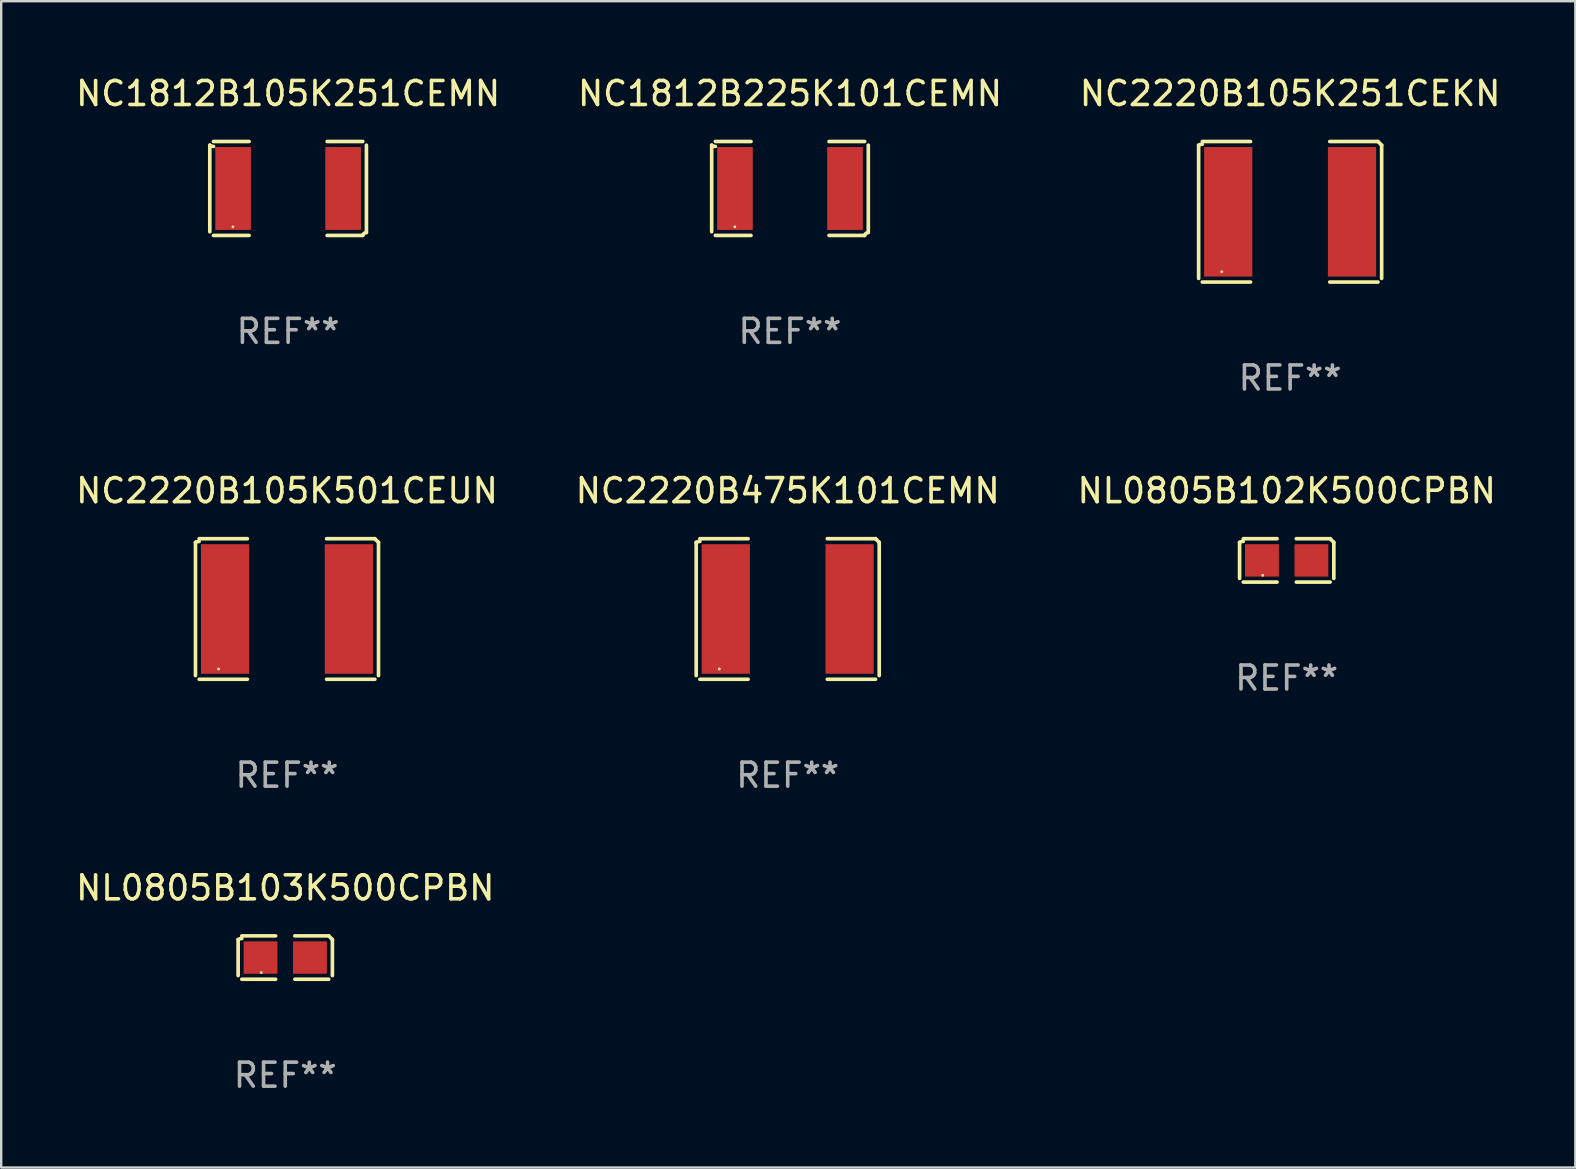
<source format=kicad_pcb>
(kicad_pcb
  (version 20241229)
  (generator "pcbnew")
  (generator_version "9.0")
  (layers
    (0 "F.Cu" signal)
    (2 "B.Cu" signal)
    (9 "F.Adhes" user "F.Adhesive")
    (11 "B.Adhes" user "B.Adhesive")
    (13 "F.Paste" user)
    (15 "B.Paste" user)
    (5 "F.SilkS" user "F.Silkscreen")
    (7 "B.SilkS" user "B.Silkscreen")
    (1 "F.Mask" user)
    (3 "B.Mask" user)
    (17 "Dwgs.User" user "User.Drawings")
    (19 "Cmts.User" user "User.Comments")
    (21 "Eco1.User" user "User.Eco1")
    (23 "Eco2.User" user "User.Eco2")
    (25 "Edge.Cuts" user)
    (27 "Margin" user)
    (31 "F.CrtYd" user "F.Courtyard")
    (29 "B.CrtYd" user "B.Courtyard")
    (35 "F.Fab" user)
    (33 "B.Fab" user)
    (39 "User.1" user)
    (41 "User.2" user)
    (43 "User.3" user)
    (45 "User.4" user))
  (footprint "NL0805B102K500CPBN"
    (layer "F.Cu")
    (at 50.577 20.306)
    (property "Reference" "NL0805B102K500CPBN" (at 0 -2.904 0) (layer "F.SilkS") (effects (font (size 1 1) (thickness 0.15))))
    (attr through_hole)
    (fp_line (start -1.964 0.751) (end -1.964 -0.751) (stroke (width 0.152) (type solid)) (layer "F.SilkS"))
    (fp_line (start -1.811 -0.904) (end -0.401 -0.904) (stroke (width 0.152) (type solid)) (layer "F.SilkS"))
    (fp_line (start -0.401 0.904) (end -1.811 0.904) (stroke (width 0.152) (type solid)) (layer "F.SilkS"))
    (fp_line (start 0.401 0.904) (end 1.811 0.904) (stroke (width 0.152) (type solid)) (layer "F.SilkS"))
    (fp_line (start 1.811 -0.904) (end 0.401 -0.904) (stroke (width 0.152) (type solid)) (layer "F.SilkS"))
    (fp_line (start 1.964 0.751) (end 1.964 -0.751) (stroke (width 0.152) (type solid)) (layer "F.SilkS"))
    (fp_arc (start -1.963602 -0.751207) (mid -1.890354 -0.783131) (end -1.811201 -0.794044) (stroke (width 0.1524) (type solid)) (layer "F.SilkS"))
    (fp_arc (start 1.811202 -0.903607) (mid 1.887413 -0.827418) (end 1.963602 -0.751207) (stroke (width 0.1524) (type solid)) (layer "F.SilkS"))
    (fp_circle (center -1 0.625) (end -0.97 0.625) (stroke (width 0.06) (type solid)) (fill no) (layer "F.SilkS"))
    (fp_text user "REF**" (at 0 4.904 0) (layer "F.Fab") (effects (font (size 1 1) (thickness 0.15))))
    (pad "1" smd rect (at -1.03 0) (size 1.41 1.35) (layers "F.Cu" "F.Mask" "F.Paste"))
    (pad "2" smd rect (at 1.03 0) (size 1.41 1.35) (layers "F.Cu" "F.Mask" "F.Paste")))
  (footprint "NC2220B105K251CEKN"
    (layer "F.Cu")
    (at 50.72 5.777)
    (property "Reference" "NC2220B105K251CEKN" (at 0 -4.929 0) (layer "F.SilkS") (effects (font (size 1 1) (thickness 0.15))))
    (attr through_hole)
    (fp_line (start -3.814 2.776) (end -3.814 -2.776) (stroke (width 0.152) (type solid)) (layer "F.SilkS"))
    (fp_line (start -3.661 -2.929) (end -1.651 -2.929) (stroke (width 0.152) (type solid)) (layer "F.SilkS"))
    (fp_line (start -1.651 2.929) (end -3.661 2.929) (stroke (width 0.152) (type solid)) (layer "F.SilkS"))
    (fp_line (start 1.651 2.929) (end 3.661 2.929) (stroke (width 0.152) (type solid)) (layer "F.SilkS"))
    (fp_line (start 3.661 -2.929) (end 1.651 -2.929) (stroke (width 0.152) (type solid)) (layer "F.SilkS"))
    (fp_line (start 3.814 2.776) (end 3.814 -2.776) (stroke (width 0.152) (type solid)) (layer "F.SilkS"))
    (fp_arc (start -3.813614 -2.7762) (mid -3.739925 -2.805625) (end -3.661214 -2.815646) (stroke (width 0.1524) (type solid)) (layer "F.SilkS"))
    (fp_arc (start 3.661214 -2.9286) (mid 3.737425 -2.852411) (end 3.813614 -2.7762) (stroke (width 0.1524) (type solid)) (layer "F.SilkS"))
    (fp_circle (center -2.85 2.5) (end -2.82 2.5) (stroke (width 0.06) (type solid)) (fill no) (layer "F.SilkS"))
    (fp_text user "REF**" (at 0 6.929 0) (layer "F.Fab") (effects (font (size 1 1) (thickness 0.15))))
    (pad "1" smd rect (at -2.58 0) (size 2.01 5.4) (layers "F.Cu" "F.Mask" "F.Paste"))
    (pad "2" smd rect (at 2.58 0) (size 2.01 5.4) (layers "F.Cu" "F.Mask" "F.Paste")))
  (footprint "NC2220B105K501CEUN"
    (layer "F.Cu")
    (at 8.911 22.331)
    (property "Reference" "NC2220B105K501CEUN" (at 0 -4.929 0) (layer "F.SilkS") (effects (font (size 1 1) (thickness 0.15))))
    (attr through_hole)
    (fp_line (start -3.814 2.776) (end -3.814 -2.776) (stroke (width 0.152) (type solid)) (layer "F.SilkS"))
    (fp_line (start -3.661 -2.929) (end -1.651 -2.929) (stroke (width 0.152) (type solid)) (layer "F.SilkS"))
    (fp_line (start -1.651 2.929) (end -3.661 2.929) (stroke (width 0.152) (type solid)) (layer "F.SilkS"))
    (fp_line (start 1.651 2.929) (end 3.661 2.929) (stroke (width 0.152) (type solid)) (layer "F.SilkS"))
    (fp_line (start 3.661 -2.929) (end 1.651 -2.929) (stroke (width 0.152) (type solid)) (layer "F.SilkS"))
    (fp_line (start 3.814 2.776) (end 3.814 -2.776) (stroke (width 0.152) (type solid)) (layer "F.SilkS"))
    (fp_arc (start -3.813614 -2.7762) (mid -3.739925 -2.805625) (end -3.661214 -2.815646) (stroke (width 0.1524) (type solid)) (layer "F.SilkS"))
    (fp_arc (start 3.661214 -2.9286) (mid 3.737425 -2.852411) (end 3.813614 -2.7762) (stroke (width 0.1524) (type solid)) (layer "F.SilkS"))
    (fp_circle (center -2.85 2.5) (end -2.82 2.5) (stroke (width 0.06) (type solid)) (fill no) (layer "F.SilkS"))
    (fp_text user "REF**" (at 0 6.929 0) (layer "F.Fab") (effects (font (size 1 1) (thickness 0.15))))
    (pad "1" smd rect (at -2.58 0) (size 2.01 5.4) (layers "F.Cu" "F.Mask" "F.Paste"))
    (pad "2" smd rect (at 2.58 0) (size 2.01 5.4) (layers "F.Cu" "F.Mask" "F.Paste")))
  (footprint "NL0805B103K500CPBN"
    (layer "F.Cu")
    (at 8.839 36.859)
    (property "Reference" "NL0805B103K500CPBN" (at 0 -2.904 0) (layer "F.SilkS") (effects (font (size 1 1) (thickness 0.15))))
    (attr through_hole)
    (fp_line (start -1.964 0.751) (end -1.964 -0.751) (stroke (width 0.152) (type solid)) (layer "F.SilkS"))
    (fp_line (start -1.811 -0.904) (end -0.401 -0.904) (stroke (width 0.152) (type solid)) (layer "F.SilkS"))
    (fp_line (start -0.401 0.904) (end -1.811 0.904) (stroke (width 0.152) (type solid)) (layer "F.SilkS"))
    (fp_line (start 0.401 0.904) (end 1.811 0.904) (stroke (width 0.152) (type solid)) (layer "F.SilkS"))
    (fp_line (start 1.811 -0.904) (end 0.401 -0.904) (stroke (width 0.152) (type solid)) (layer "F.SilkS"))
    (fp_line (start 1.964 0.751) (end 1.964 -0.751) (stroke (width 0.152) (type solid)) (layer "F.SilkS"))
    (fp_arc (start -1.963602 -0.751207) (mid -1.890354 -0.783131) (end -1.811201 -0.794044) (stroke (width 0.1524) (type solid)) (layer "F.SilkS"))
    (fp_arc (start 1.811202 -0.903607) (mid 1.887413 -0.827418) (end 1.963602 -0.751207) (stroke (width 0.1524) (type solid)) (layer "F.SilkS"))
    (fp_circle (center -1 0.625) (end -0.97 0.625) (stroke (width 0.06) (type solid)) (fill no) (layer "F.SilkS"))
    (fp_text user "REF**" (at 0 4.904 0) (layer "F.Fab") (effects (font (size 1 1) (thickness 0.15))))
    (pad "1" smd rect (at -1.03 0) (size 1.41 1.35) (layers "F.Cu" "F.Mask" "F.Paste"))
    (pad "2" smd rect (at 1.03 0) (size 1.41 1.35) (layers "F.Cu" "F.Mask" "F.Paste")))
  (footprint "NC2220B475K101CEMN"
    (layer "F.Cu")
    (at 29.78 22.331)
    (property "Reference" "NC2220B475K101CEMN" (at 0 -4.929 0) (layer "F.SilkS") (effects (font (size 1 1) (thickness 0.15))))
    (attr through_hole)
    (fp_line (start -3.814 2.776) (end -3.814 -2.776) (stroke (width 0.152) (type solid)) (layer "F.SilkS"))
    (fp_line (start -3.661 -2.929) (end -1.651 -2.929) (stroke (width 0.152) (type solid)) (layer "F.SilkS"))
    (fp_line (start -1.651 2.929) (end -3.661 2.929) (stroke (width 0.152) (type solid)) (layer "F.SilkS"))
    (fp_line (start 1.651 2.929) (end 3.661 2.929) (stroke (width 0.152) (type solid)) (layer "F.SilkS"))
    (fp_line (start 3.661 -2.929) (end 1.651 -2.929) (stroke (width 0.152) (type solid)) (layer "F.SilkS"))
    (fp_line (start 3.814 2.776) (end 3.814 -2.776) (stroke (width 0.152) (type solid)) (layer "F.SilkS"))
    (fp_arc (start -3.813614 -2.7762) (mid -3.739925 -2.805625) (end -3.661214 -2.815646) (stroke (width 0.1524) (type solid)) (layer "F.SilkS"))
    (fp_arc (start 3.661214 -2.9286) (mid 3.737425 -2.852411) (end 3.813614 -2.7762) (stroke (width 0.1524) (type solid)) (layer "F.SilkS"))
    (fp_circle (center -2.85 2.5) (end -2.82 2.5) (stroke (width 0.06) (type solid)) (fill no) (layer "F.SilkS"))
    (fp_text user "REF**" (at 0 6.929 0) (layer "F.Fab") (effects (font (size 1 1) (thickness 0.15))))
    (pad "1" smd rect (at -2.58 0) (size 2.01 5.4) (layers "F.Cu" "F.Mask" "F.Paste"))
    (pad "2" smd rect (at 2.58 0) (size 2.01 5.4) (layers "F.Cu" "F.Mask" "F.Paste")))
  (footprint "NC1812B105K251CEMN"
    (layer "F.Cu")
    (at 8.958 4.805)
    (property "Reference" "NC1812B105K251CEMN" (at 0 -3.957 0) (layer "F.SilkS") (effects (font (size 1 1) (thickness 0.15))))
    (attr through_hole)
    (fp_line (start -3.264 1.804) (end -3.264 -1.804) (stroke (width 0.152) (type solid)) (layer "F.SilkS"))
    (fp_line (start -3.111 -1.957) (end -1.626 -1.957) (stroke (width 0.152) (type solid)) (layer "F.SilkS"))
    (fp_line (start -1.626 1.957) (end -3.111 1.957) (stroke (width 0.152) (type solid)) (layer "F.SilkS"))
    (fp_line (start 1.626 1.957) (end 3.111 1.957) (stroke (width 0.152) (type solid)) (layer "F.SilkS"))
    (fp_line (start 3.111 -1.957) (end 1.626 -1.957) (stroke (width 0.152) (type solid)) (layer "F.SilkS"))
    (fp_line (start 3.264 1.804) (end 3.264 -1.804) (stroke (width 0.152) (type solid)) (layer "F.SilkS"))
    (fp_arc (start -3.111202 -1.752192) (mid -3.191715 -1.76555) (end -3.263602 -1.804191) (stroke (width 0.1524) (type solid)) (layer "F.SilkS"))
    (fp_arc (start 3.111201 1.956591) (mid 3.167789 1.872777) (end 3.263602 1.840424) (stroke (width 0.1524) (type solid)) (layer "F.SilkS"))
    (fp_circle (center -2.3 1.6) (end -2.27 1.6) (stroke (width 0.06) (type solid)) (fill no) (layer "F.SilkS"))
    (fp_text user "REF**" (at 0 5.957 0) (layer "F.Fab") (effects (font (size 1 1) (thickness 0.15))))
    (pad "1" smd rect (at -2.293 0) (size 1.485 3.456) (layers "F.Cu" "F.Mask" "F.Paste"))
    (pad "2" smd rect (at 2.293 0) (size 1.485 3.456) (layers "F.Cu" "F.Mask" "F.Paste")))
  (footprint "NC1812B225K101CEMN"
    (layer "F.Cu")
    (at 29.875 4.805)
    (property "Reference" "NC1812B225K101CEMN" (at 0 -3.957 0) (layer "F.SilkS") (effects (font (size 1 1) (thickness 0.15))))
    (attr through_hole)
    (fp_line (start -3.264 1.804) (end -3.264 -1.804) (stroke (width 0.152) (type solid)) (layer "F.SilkS"))
    (fp_line (start -3.111 -1.957) (end -1.626 -1.957) (stroke (width 0.152) (type solid)) (layer "F.SilkS"))
    (fp_line (start -1.626 1.957) (end -3.111 1.957) (stroke (width 0.152) (type solid)) (layer "F.SilkS"))
    (fp_line (start 1.626 1.957) (end 3.111 1.957) (stroke (width 0.152) (type solid)) (layer "F.SilkS"))
    (fp_line (start 3.111 -1.957) (end 1.626 -1.957) (stroke (width 0.152) (type solid)) (layer "F.SilkS"))
    (fp_line (start 3.264 1.804) (end 3.264 -1.804) (stroke (width 0.152) (type solid)) (layer "F.SilkS"))
    (fp_arc (start -3.111202 -1.752192) (mid -3.191715 -1.76555) (end -3.263602 -1.804191) (stroke (width 0.1524) (type solid)) (layer "F.SilkS"))
    (fp_arc (start 3.111201 1.956591) (mid 3.167789 1.872777) (end 3.263602 1.840424) (stroke (width 0.1524) (type solid)) (layer "F.SilkS"))
    (fp_circle (center -2.3 1.6) (end -2.27 1.6) (stroke (width 0.06) (type solid)) (fill no) (layer "F.SilkS"))
    (fp_text user "REF**" (at 0 5.957 0) (layer "F.Fab") (effects (font (size 1 1) (thickness 0.15))))
    (pad "1" smd rect (at -2.293 0) (size 1.485 3.456) (layers "F.Cu" "F.Mask" "F.Paste"))
    (pad "2" smd rect (at 2.293 0) (size 1.485 3.456) (layers "F.Cu" "F.Mask" "F.Paste")))
  (gr_rect
    (start -3 -3)
    (end 62.607 45.611)
    (stroke (width 0.1) (type default))
    (fill no)
    (layer "Edge.Cuts")))
</source>
